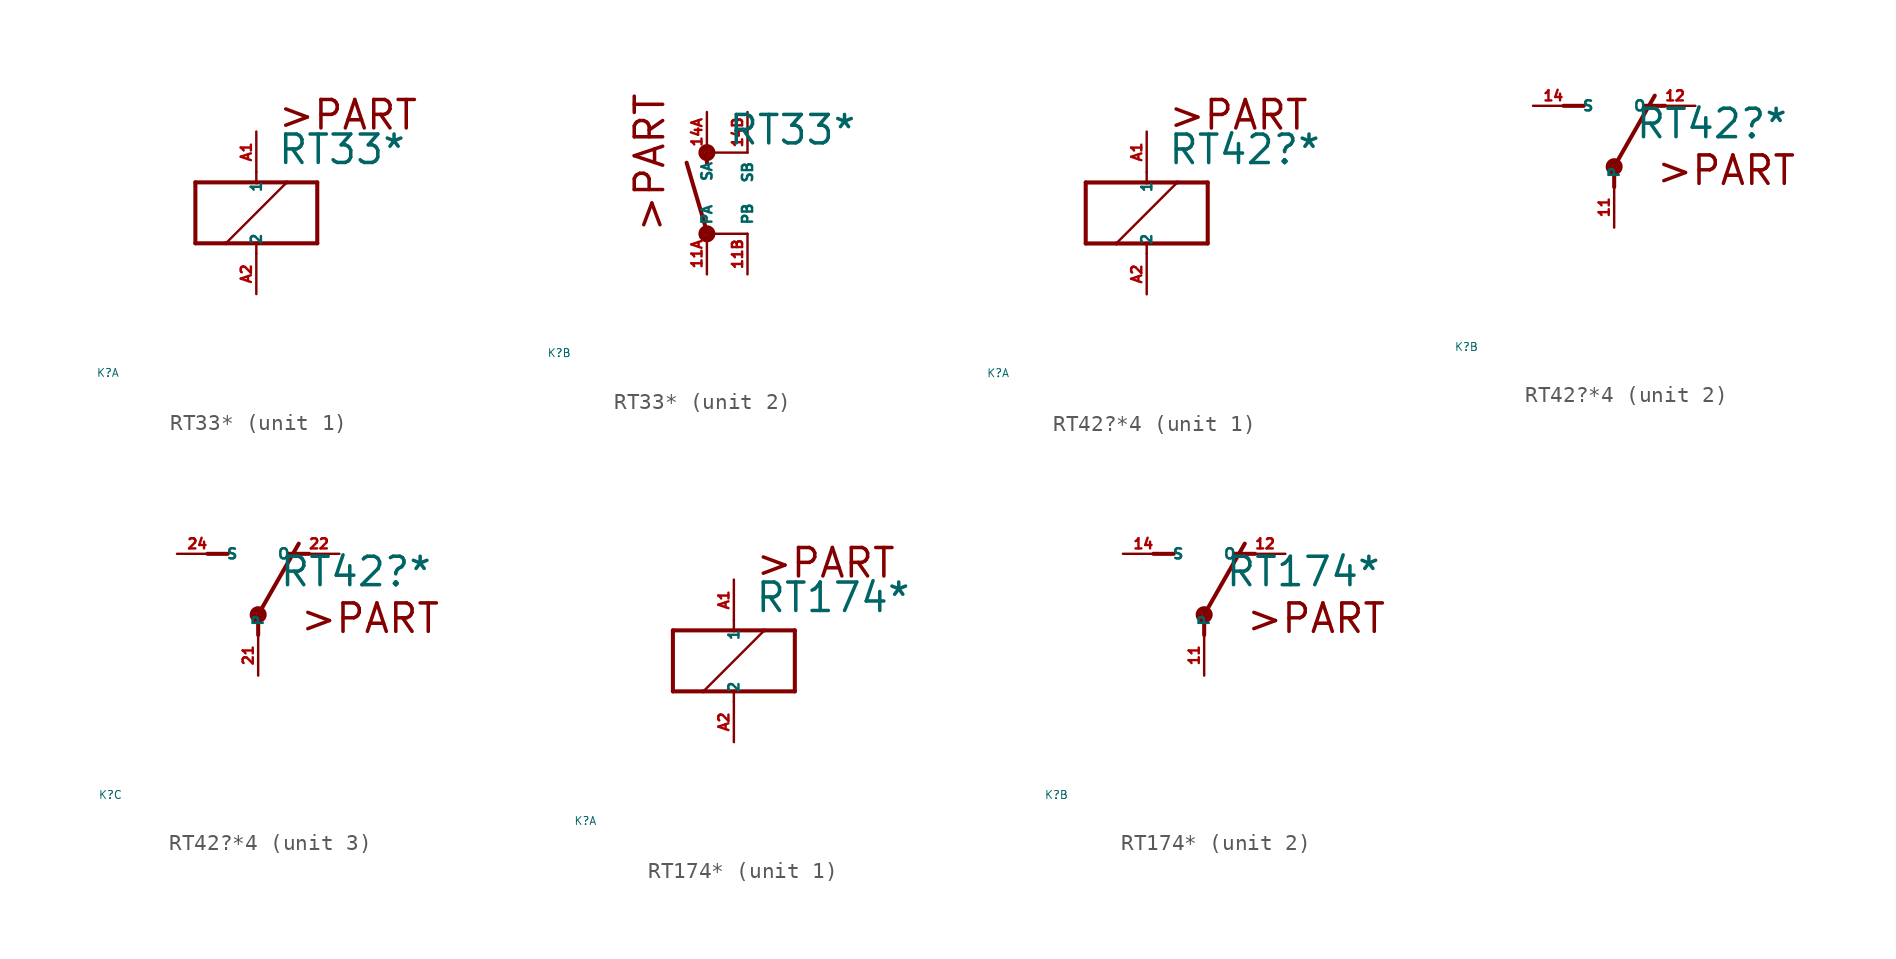
<source format=kicad_sym>
(kicad_symbol_lib
  (version 20220914)
  (generator Eagle2Kicad)
  (symbol "RT33*"
    (property "Reference" "K"
      (at -10 -10 0)
      (effects (font (size 0.5 0.5) (thickness 0.06)) (justify left)))
    (property "Value" "RT33*"
      (at 1.27 2.921 0)
      (effects (font (size 1.778 1.778) (thickness 0.22)) (justify left bottom)))
    (symbol "RT33*_1_0"
      (polyline (pts (xy -3.81 -1.905) (xy -1.905 -1.905)) (stroke (width 0.254) (type default)) (fill (type none)))
      (polyline (pts (xy 3.81 -1.905) (xy 3.81 1.905)) (stroke (width 0.254) (type default)) (fill (type none)))
      (polyline (pts (xy 3.81 1.905) (xy 1.905 1.905)) (stroke (width 0.254) (type default)) (fill (type none)))
      (polyline (pts (xy -3.81 1.905) (xy -3.81 -1.905)) (stroke (width 0.254) (type default)) (fill (type none)))
      (polyline (pts (xy 0 -2.54) (xy 0 -1.905)) (stroke (width 0.152) (type default)) (fill (type none)))
      (polyline (pts (xy 0 -1.905) (xy 3.81 -1.905)) (stroke (width 0.254) (type default)) (fill (type none)))
      (polyline (pts (xy 0 2.54) (xy 0 1.905)) (stroke (width 0.152) (type default)) (fill (type none)))
      (polyline (pts (xy 0 1.905) (xy -3.81 1.905)) (stroke (width 0.254) (type default)) (fill (type none)))
      (polyline (pts (xy -1.905 -1.905) (xy 1.905 1.905)) (stroke (width 0.152) (type default)) (fill (type none)))
      (polyline (pts (xy -1.905 -1.905) (xy 0 -1.905)) (stroke (width 0.254) (type default)) (fill (type none)))
      (polyline (pts (xy 1.905 1.905) (xy 0 1.905)) (stroke (width 0.254) (type default)) (fill (type none)))
      (text ">PART" (at 1.27 5.08 0) (effects (font (size 1.778 1.778) (thickness 0.22)) (justify left bottom)))
      (pin passive line (at 0 -5.08 90) (length 2.54) (name "2" (effects (font (size 0.635 0.635) (thickness 0.08)) (justify left bottom))) (number "A2" (effects (font (size 0.635 0.635) (thickness 0.08)) (justify left bottom))))
      (pin passive line (at 0 5.08 270) (length 2.54) (name "1" (effects (font (size 0.635 0.635) (thickness 0.08)) (justify left bottom))) (number "A1" (effects (font (size 0.635 0.635) (thickness 0.08)) (justify left bottom)))))
    (symbol "RT33*_2_0"
      (polyline (pts (xy 0 2.54) (xy 0 1.905)) (stroke (width 0.254) (type default)) (fill (type none)))
      (polyline (pts (xy 0 -2.54) (xy 0 -2.413)) (stroke (width 0.254) (type default)) (fill (type none)))
      (polyline (pts (xy 0 -2.413) (xy -1.27 1.905)) (stroke (width 0.254) (type default)) (fill (type none)))
      (polyline (pts (xy 0 2.54) (xy 2.54 2.54)) (stroke (width 0.152) (type default)) (fill (type none)))
      (polyline (pts (xy 0 -2.54) (xy 2.54 -2.54)) (stroke (width 0.152) (type default)) (fill (type none)))
      (text ">PART" (at -2.54 -2.54 900) (effects (font (size 1.778 1.778) (thickness 0.22)) (justify left bottom)))
      (circle (center 0 -2.54) (radius 0.127) (stroke (width 0.406) (type default)) (fill (type none)))
      (circle (center 0 2.54) (radius 0.127) (stroke (width 0.406) (type default)) (fill (type none)))
      (pin passive line (at 0 -5.08 90) (length 2.54) (name "PA" (effects (font (size 0.635 0.635) (thickness 0.08)) (justify left bottom))) (number "11A" (effects (font (size 0.635 0.635) (thickness 0.08)) (justify left bottom))))
      (pin passive line (at 0 5.08 270) (length 2.54) (name "SA" (effects (font (size 0.635 0.635) (thickness 0.08)) (justify left bottom))) (number "14A" (effects (font (size 0.635 0.635) (thickness 0.08)) (justify left bottom))))
      (pin passive line (at 2.54 5.08 270) (length 2.54) (name "SB" (effects (font (size 0.635 0.635) (thickness 0.08)) (justify left bottom))) (number "14B" (effects (font (size 0.635 0.635) (thickness 0.08)) (justify left bottom))))
      (pin passive line (at 2.54 -5.08 90) (length 2.54) (name "PB" (effects (font (size 0.635 0.635) (thickness 0.08)) (justify left bottom))) (number "11B" (effects (font (size 0.635 0.635) (thickness 0.08)) (justify left bottom))))))
  (symbol "RT42?*4"
    (property "Reference" "K"
      (at -10 -10 0)
      (effects (font (size 0.5 0.5) (thickness 0.06)) (justify left)))
    (property "Value" "RT42?*"
      (at 1.27 2.921 0)
      (effects (font (size 1.778 1.778) (thickness 0.22)) (justify left bottom)))
    (symbol "RT42?*4_1_0"
      (polyline (pts (xy -3.81 -1.905) (xy -1.905 -1.905)) (stroke (width 0.254) (type default)) (fill (type none)))
      (polyline (pts (xy 3.81 -1.905) (xy 3.81 1.905)) (stroke (width 0.254) (type default)) (fill (type none)))
      (polyline (pts (xy 3.81 1.905) (xy 1.905 1.905)) (stroke (width 0.254) (type default)) (fill (type none)))
      (polyline (pts (xy -3.81 1.905) (xy -3.81 -1.905)) (stroke (width 0.254) (type default)) (fill (type none)))
      (polyline (pts (xy 0 -2.54) (xy 0 -1.905)) (stroke (width 0.152) (type default)) (fill (type none)))
      (polyline (pts (xy 0 -1.905) (xy 3.81 -1.905)) (stroke (width 0.254) (type default)) (fill (type none)))
      (polyline (pts (xy 0 2.54) (xy 0 1.905)) (stroke (width 0.152) (type default)) (fill (type none)))
      (polyline (pts (xy 0 1.905) (xy -3.81 1.905)) (stroke (width 0.254) (type default)) (fill (type none)))
      (polyline (pts (xy -1.905 -1.905) (xy 1.905 1.905)) (stroke (width 0.152) (type default)) (fill (type none)))
      (polyline (pts (xy -1.905 -1.905) (xy 0 -1.905)) (stroke (width 0.254) (type default)) (fill (type none)))
      (polyline (pts (xy 1.905 1.905) (xy 0 1.905)) (stroke (width 0.254) (type default)) (fill (type none)))
      (text ">PART" (at 1.27 5.08 0) (effects (font (size 1.778 1.778) (thickness 0.22)) (justify left bottom)))
      (pin passive line (at 0 -5.08 90) (length 2.54) (name "2" (effects (font (size 0.635 0.635) (thickness 0.08)) (justify left bottom))) (number "A2" (effects (font (size 0.635 0.635) (thickness 0.08)) (justify left bottom))))
      (pin passive line (at 0 5.08 270) (length 2.54) (name "1" (effects (font (size 0.635 0.635) (thickness 0.08)) (justify left bottom))) (number "A1" (effects (font (size 0.635 0.635) (thickness 0.08)) (justify left bottom)))))
    (symbol "RT42?*4_2_0"
      (polyline (pts (xy 3.175 5.08) (xy 1.905 5.08)) (stroke (width 0.254) (type default)) (fill (type none)))
      (polyline (pts (xy -3.175 5.08) (xy -1.905 5.08)) (stroke (width 0.254) (type default)) (fill (type none)))
      (polyline (pts (xy 0 1.27) (xy 2.54 5.715)) (stroke (width 0.254) (type default)) (fill (type none)))
      (polyline (pts (xy 0 1.27) (xy 0 0)) (stroke (width 0.254) (type default)) (fill (type none)))
      (text ">PART" (at 2.54 0 0) (effects (font (size 1.778 1.778) (thickness 0.22)) (justify left bottom)))
      (circle (center 0 1.27) (radius 0.127) (stroke (width 0.406) (type default)) (fill (type none)))
      (pin passive line (at 5.08 5.08 180) (length 2.54) (name "O" (effects (font (size 0.635 0.635) (thickness 0.08)) (justify left bottom))) (number "12" (effects (font (size 0.635 0.635) (thickness 0.08)) (justify left bottom))))
      (pin passive line (at -5.08 5.08 0) (length 2.54) (name "S" (effects (font (size 0.635 0.635) (thickness 0.08)) (justify left bottom))) (number "14" (effects (font (size 0.635 0.635) (thickness 0.08)) (justify left bottom))))
      (pin passive line (at 0 -2.54 90) (length 2.54) (name "P" (effects (font (size 0.635 0.635) (thickness 0.08)) (justify left bottom))) (number "11" (effects (font (size 0.635 0.635) (thickness 0.08)) (justify left bottom)))))
    (symbol "RT42?*4_3_0"
      (polyline (pts (xy 3.175 5.08) (xy 1.905 5.08)) (stroke (width 0.254) (type default)) (fill (type none)))
      (polyline (pts (xy -3.175 5.08) (xy -1.905 5.08)) (stroke (width 0.254) (type default)) (fill (type none)))
      (polyline (pts (xy 0 1.27) (xy 2.54 5.715)) (stroke (width 0.254) (type default)) (fill (type none)))
      (polyline (pts (xy 0 1.27) (xy 0 0)) (stroke (width 0.254) (type default)) (fill (type none)))
      (text ">PART" (at 2.54 0 0) (effects (font (size 1.778 1.778) (thickness 0.22)) (justify left bottom)))
      (circle (center 0 1.27) (radius 0.127) (stroke (width 0.406) (type default)) (fill (type none)))
      (pin passive line (at 5.08 5.08 180) (length 2.54) (name "O" (effects (font (size 0.635 0.635) (thickness 0.08)) (justify left bottom))) (number "22" (effects (font (size 0.635 0.635) (thickness 0.08)) (justify left bottom))))
      (pin passive line (at -5.08 5.08 0) (length 2.54) (name "S" (effects (font (size 0.635 0.635) (thickness 0.08)) (justify left bottom))) (number "24" (effects (font (size 0.635 0.635) (thickness 0.08)) (justify left bottom))))
      (pin passive line (at 0 -2.54 90) (length 2.54) (name "P" (effects (font (size 0.635 0.635) (thickness 0.08)) (justify left bottom))) (number "21" (effects (font (size 0.635 0.635) (thickness 0.08)) (justify left bottom))))))
  (symbol "RT174*"
    (property "Reference" "K"
      (at -10 -10 0)
      (effects (font (size 0.5 0.5) (thickness 0.06)) (justify left)))
    (property "Value" "RT174*"
      (at 1.27 2.921 0)
      (effects (font (size 1.778 1.778) (thickness 0.22)) (justify left bottom)))
    (symbol "RT174*_1_0"
      (polyline (pts (xy -3.81 -1.905) (xy -1.905 -1.905)) (stroke (width 0.254) (type default)) (fill (type none)))
      (polyline (pts (xy 3.81 -1.905) (xy 3.81 1.905)) (stroke (width 0.254) (type default)) (fill (type none)))
      (polyline (pts (xy 3.81 1.905) (xy 1.905 1.905)) (stroke (width 0.254) (type default)) (fill (type none)))
      (polyline (pts (xy -3.81 1.905) (xy -3.81 -1.905)) (stroke (width 0.254) (type default)) (fill (type none)))
      (polyline (pts (xy 0 -2.54) (xy 0 -1.905)) (stroke (width 0.152) (type default)) (fill (type none)))
      (polyline (pts (xy 0 -1.905) (xy 3.81 -1.905)) (stroke (width 0.254) (type default)) (fill (type none)))
      (polyline (pts (xy 0 2.54) (xy 0 1.905)) (stroke (width 0.152) (type default)) (fill (type none)))
      (polyline (pts (xy 0 1.905) (xy -3.81 1.905)) (stroke (width 0.254) (type default)) (fill (type none)))
      (polyline (pts (xy -1.905 -1.905) (xy 1.905 1.905)) (stroke (width 0.152) (type default)) (fill (type none)))
      (polyline (pts (xy -1.905 -1.905) (xy 0 -1.905)) (stroke (width 0.254) (type default)) (fill (type none)))
      (polyline (pts (xy 1.905 1.905) (xy 0 1.905)) (stroke (width 0.254) (type default)) (fill (type none)))
      (text ">PART" (at 1.27 5.08 0) (effects (font (size 1.778 1.778) (thickness 0.22)) (justify left bottom)))
      (pin passive line (at 0 -5.08 90) (length 2.54) (name "2" (effects (font (size 0.635 0.635) (thickness 0.08)) (justify left bottom))) (number "A2" (effects (font (size 0.635 0.635) (thickness 0.08)) (justify left bottom))))
      (pin passive line (at 0 5.08 270) (length 2.54) (name "1" (effects (font (size 0.635 0.635) (thickness 0.08)) (justify left bottom))) (number "A1" (effects (font (size 0.635 0.635) (thickness 0.08)) (justify left bottom)))))
    (symbol "RT174*_2_0"
      (polyline (pts (xy 3.175 5.08) (xy 1.905 5.08)) (stroke (width 0.254) (type default)) (fill (type none)))
      (polyline (pts (xy -3.175 5.08) (xy -1.905 5.08)) (stroke (width 0.254) (type default)) (fill (type none)))
      (polyline (pts (xy 0 1.27) (xy 2.54 5.715)) (stroke (width 0.254) (type default)) (fill (type none)))
      (polyline (pts (xy 0 1.27) (xy 0 0)) (stroke (width 0.254) (type default)) (fill (type none)))
      (text ">PART" (at 2.54 0 0) (effects (font (size 1.778 1.778) (thickness 0.22)) (justify left bottom)))
      (circle (center 0 1.27) (radius 0.127) (stroke (width 0.406) (type default)) (fill (type none)))
      (pin passive line (at 5.08 5.08 180) (length 2.54) (name "O" (effects (font (size 0.635 0.635) (thickness 0.08)) (justify left bottom))) (number "12" (effects (font (size 0.635 0.635) (thickness 0.08)) (justify left bottom))))
      (pin passive line (at -5.08 5.08 0) (length 2.54) (name "S" (effects (font (size 0.635 0.635) (thickness 0.08)) (justify left bottom))) (number "14" (effects (font (size 0.635 0.635) (thickness 0.08)) (justify left bottom))))
      (pin passive line (at 0 -2.54 90) (length 2.54) (name "P" (effects (font (size 0.635 0.635) (thickness 0.08)) (justify left bottom))) (number "11" (effects (font (size 0.635 0.635) (thickness 0.08)) (justify left bottom)))))))
</source>
